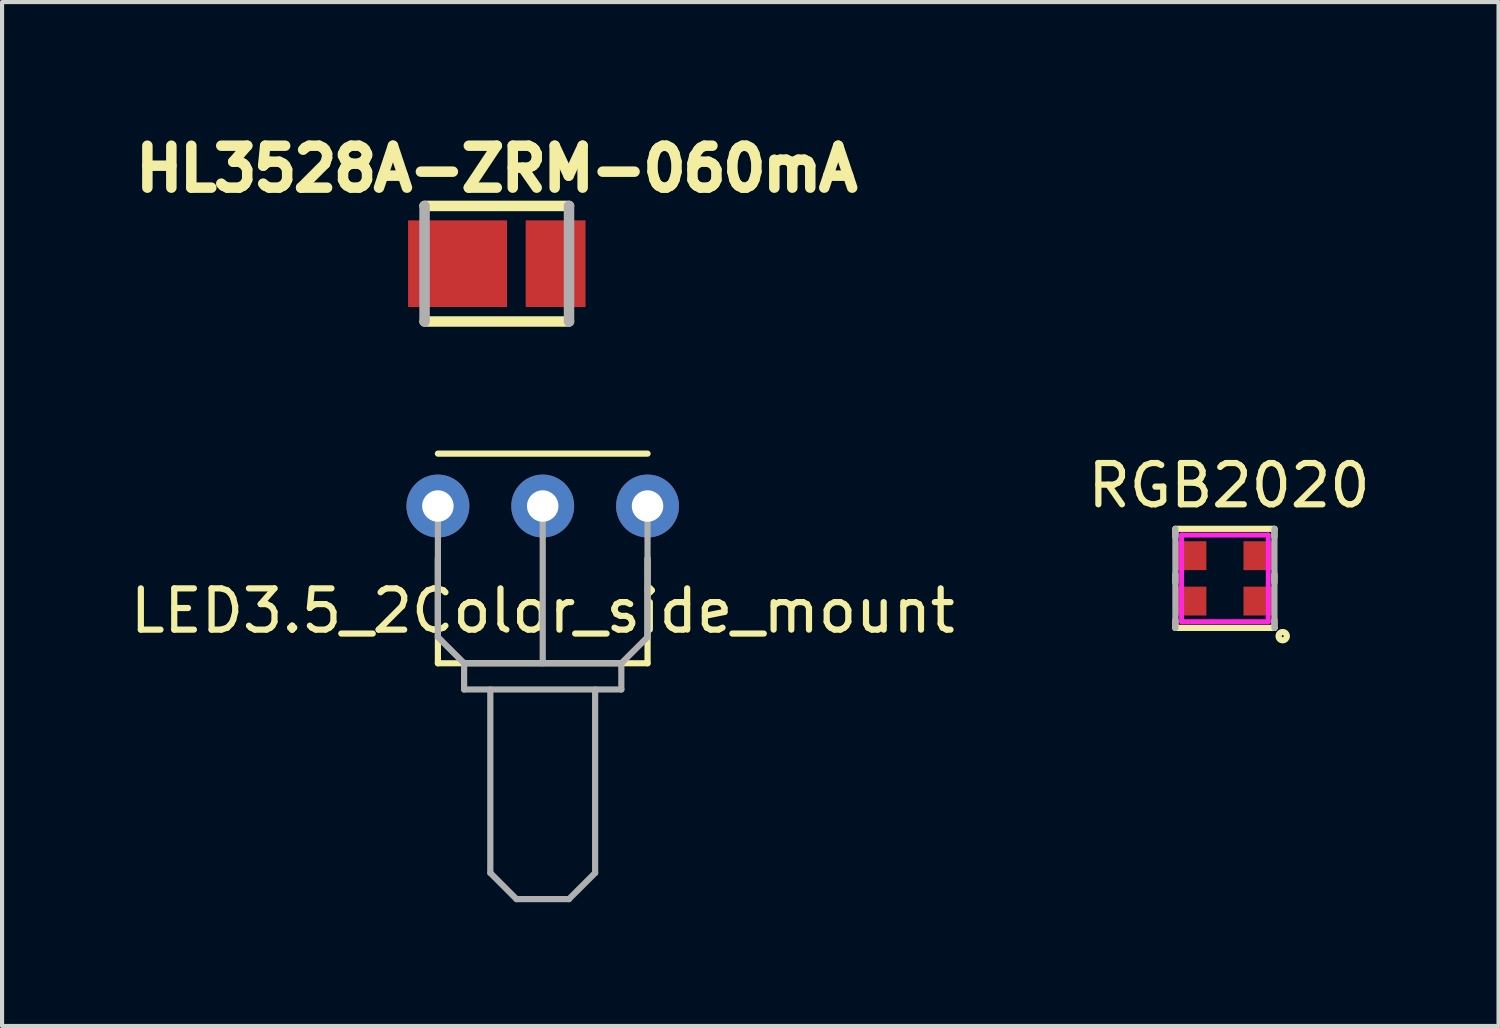
<source format=kicad_pcb>
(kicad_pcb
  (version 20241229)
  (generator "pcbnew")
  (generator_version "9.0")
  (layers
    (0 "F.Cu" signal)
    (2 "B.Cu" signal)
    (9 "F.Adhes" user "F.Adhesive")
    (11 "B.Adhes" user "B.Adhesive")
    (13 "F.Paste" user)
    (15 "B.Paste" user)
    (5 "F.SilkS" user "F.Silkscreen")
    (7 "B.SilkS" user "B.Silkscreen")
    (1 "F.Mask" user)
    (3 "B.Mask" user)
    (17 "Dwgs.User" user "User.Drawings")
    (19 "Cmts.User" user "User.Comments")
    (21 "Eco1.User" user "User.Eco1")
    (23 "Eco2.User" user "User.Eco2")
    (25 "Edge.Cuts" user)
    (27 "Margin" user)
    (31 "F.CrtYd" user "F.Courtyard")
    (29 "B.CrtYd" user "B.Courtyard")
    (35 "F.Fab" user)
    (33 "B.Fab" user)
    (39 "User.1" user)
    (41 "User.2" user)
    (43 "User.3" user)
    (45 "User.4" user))
  (footprint "LED3.5_2Color_side_mount"
    (layer "F.Cu")
    (at 10.101 9.212)
    (property "Reference" "LED3.5_2Color_side_mount" (at 0 2.54 0) (layer "F.SilkS") (effects (font (size 1 1) (thickness 0.15))))
    (attr through_hole)
    (fp_line (start -2.54 -1.27) (end 2.54 -1.27) (stroke (width 0.15) (type solid)) (layer "F.SilkS"))
    (fp_line (start -2.54 3.81) (end -2.54 1.27) (stroke (width 0.15) (type solid)) (layer "F.SilkS"))
    (fp_line (start 2.54 1.27) (end 2.54 3.81) (stroke (width 0.15) (type solid)) (layer "F.SilkS"))
    (fp_line (start 2.54 3.81) (end -2.54 3.81) (stroke (width 0.15) (type solid)) (layer "F.SilkS"))
    (fp_line (start -2.54 0) (end -2.54 3.175) (stroke (width 0.15) (type solid)) (layer "F.Fab"))
    (fp_line (start -2.54 3.175) (end -1.905 3.81) (stroke (width 0.15) (type solid)) (layer "F.Fab"))
    (fp_line (start -1.905 3.81) (end 1.905 3.81) (stroke (width 0.15) (type solid)) (layer "F.Fab"))
    (fp_line (start -1.905 4.445) (end -1.905 3.81) (stroke (width 0.15) (type solid)) (layer "F.Fab"))
    (fp_line (start -1.27 4.445) (end -1.27 8.89) (stroke (width 0.15) (type solid)) (layer "F.Fab"))
    (fp_line (start -1.27 8.89) (end -0.635 9.525) (stroke (width 0.15) (type solid)) (layer "F.Fab"))
    (fp_line (start -0.635 9.525) (end 0.635 9.525) (stroke (width 0.15) (type solid)) (layer "F.Fab"))
    (fp_line (start 0 0) (end 0 3.81) (stroke (width 0.15) (type solid)) (layer "F.Fab"))
    (fp_line (start 0.635 9.525) (end 1.27 8.89) (stroke (width 0.15) (type solid)) (layer "F.Fab"))
    (fp_line (start 1.27 8.89) (end 1.27 4.445) (stroke (width 0.15) (type solid)) (layer "F.Fab"))
    (fp_line (start 1.905 3.81) (end 1.905 4.445) (stroke (width 0.15) (type solid)) (layer "F.Fab"))
    (fp_line (start 1.905 4.445) (end -1.905 4.445) (stroke (width 0.15) (type solid)) (layer "F.Fab"))
    (fp_line (start 2.54 0) (end 2.54 3.175) (stroke (width 0.15) (type solid)) (layer "F.Fab"))
    (fp_line (start 2.54 3.175) (end 1.905 3.81) (stroke (width 0.15) (type solid)) (layer "F.Fab"))
    (pad "1" thru_hole circle (at -2.54 0) (size 1.524 1.524) (drill 0.762) (layers "*.Cu" "*.Mask"))
    (pad "2" thru_hole circle (at 0 0) (size 1.524 1.524) (drill 0.762) (layers "*.Cu" "*.Mask"))
    (pad "3" thru_hole circle (at 2.54 0) (size 1.524 1.524) (drill 0.762) (layers "*.Cu" "*.Mask")))
  (footprint "HL3528A-ZRM-060mA"
    (layer "F.Cu")
    (at 8.988 3.34)
    (property "Reference" "HL3528A-ZRM-060mA" (at 0 -2.3 0) (layer "F.SilkS") (effects (font (size 1.016 1.016) (thickness 0.254))))
    (attr smd)
    (fp_line (start 1.75 -1.4) (end -1.75 -1.4) (stroke (width 0.254) (type solid)) (layer "F.SilkS"))
    (fp_line (start 1.75 1.4) (end -1.75 1.4) (stroke (width 0.254) (type solid)) (layer "F.SilkS"))
    (fp_line (start -1.75 1.4) (end -1.75 -1.4) (stroke (width 0.254) (type solid)) (layer "F.Fab"))
    (fp_line (start 1.75 1.4) (end 1.75 -1.4) (stroke (width 0.254) (type solid)) (layer "F.Fab"))
    (pad "1" smd rect (at -0.95 0 180) (size 2.4 2.1) (layers "F.Cu" "F.Mask" "F.Paste"))
    (pad "2" smd rect (at 1.425 0 180) (size 1.45 2.1) (layers "F.Cu" "F.Mask" "F.Paste")))
  (footprint "RGB2020"
    (layer "F.Cu")
    (at 26.632 10.965)
    (property "Reference" "RGB2020" (at 0.1 -2.25 0) (layer "F.SilkS") (effects (font (size 1 1) (thickness 0.15))))
    (attr smd)
    (fp_line (start -1.2 -1.01) (end -1.2 -1.2) (stroke (width 0.15) (type solid)) (layer "F.SilkS"))
    (fp_line (start -1.2 0.1) (end -1.2 -0.1) (stroke (width 0.15) (type solid)) (layer "F.SilkS"))
    (fp_line (start -1.2 1.2) (end -1.2 1.01) (stroke (width 0.15) (type solid)) (layer "F.SilkS"))
    (fp_line (start -1.2 1.2) (end 1.2 1.2) (stroke (width 0.15) (type solid)) (layer "F.SilkS"))
    (fp_line (start 1.2 -1.2) (end -1.2 -1.2) (stroke (width 0.15) (type solid)) (layer "F.SilkS"))
    (fp_line (start 1.2 -1.01) (end 1.2 -1.2) (stroke (width 0.15) (type solid)) (layer "F.SilkS"))
    (fp_line (start 1.2 -0.1) (end 1.2 0.1) (stroke (width 0.15) (type solid)) (layer "F.SilkS"))
    (fp_line (start 1.2 1.2) (end 1.2 1.01) (stroke (width 0.15) (type solid)) (layer "F.SilkS"))
    (fp_circle (center 1.4 1.4) (end 1.4 1.5) (stroke (width 0.15) (type solid)) (fill no) (layer "F.SilkS"))
    (fp_line (start -1.05 -1.05) (end 1.05 -1.05) (stroke (width 0.12) (type solid)) (layer "F.CrtYd"))
    (fp_line (start -1.05 1.05) (end -1.05 -1.05) (stroke (width 0.12) (type solid)) (layer "F.CrtYd"))
    (fp_line (start 1.05 -1.05) (end 1.05 1.05) (stroke (width 0.12) (type solid)) (layer "F.CrtYd"))
    (fp_line (start 1.05 1.05) (end -1.05 1.05) (stroke (width 0.12) (type solid)) (layer "F.CrtYd"))
    (fp_line (start -1.2 -1.2) (end -1.2 1.2) (stroke (width 0.15) (type solid)) (layer "F.Fab"))
    (fp_line (start 1.2 1.2) (end 1.2 -1.2) (stroke (width 0.15) (type solid)) (layer "F.Fab"))
    (pad "1" smd rect (at 0.85 0.55) (size 0.8 0.7) (layers "F.Cu" "F.Mask" "F.Paste"))
    (pad "2" smd rect (at -0.85 0.55) (size 0.8 0.7) (layers "F.Cu" "F.Mask" "F.Paste"))
    (pad "3" smd rect (at -0.85 -0.55) (size 0.8 0.7) (layers "F.Cu" "F.Mask" "F.Paste"))
    (pad "4" smd rect (at 0.85 -0.55) (size 0.8 0.7) (layers "F.Cu" "F.Mask" "F.Paste")))
  (gr_rect
    (start -3 -3)
    (end 33.262 21.812)
    (stroke (width 0.1) (type default))
    (fill no)
    (layer "Edge.Cuts")))
</source>
